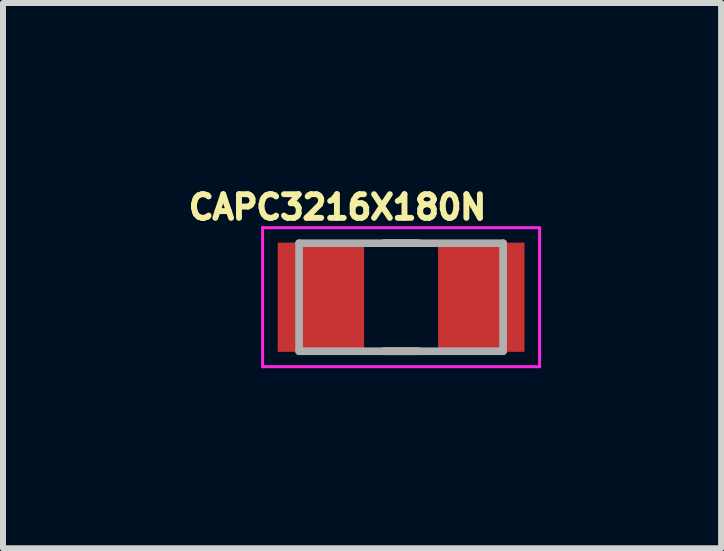
<source format=kicad_pcb>
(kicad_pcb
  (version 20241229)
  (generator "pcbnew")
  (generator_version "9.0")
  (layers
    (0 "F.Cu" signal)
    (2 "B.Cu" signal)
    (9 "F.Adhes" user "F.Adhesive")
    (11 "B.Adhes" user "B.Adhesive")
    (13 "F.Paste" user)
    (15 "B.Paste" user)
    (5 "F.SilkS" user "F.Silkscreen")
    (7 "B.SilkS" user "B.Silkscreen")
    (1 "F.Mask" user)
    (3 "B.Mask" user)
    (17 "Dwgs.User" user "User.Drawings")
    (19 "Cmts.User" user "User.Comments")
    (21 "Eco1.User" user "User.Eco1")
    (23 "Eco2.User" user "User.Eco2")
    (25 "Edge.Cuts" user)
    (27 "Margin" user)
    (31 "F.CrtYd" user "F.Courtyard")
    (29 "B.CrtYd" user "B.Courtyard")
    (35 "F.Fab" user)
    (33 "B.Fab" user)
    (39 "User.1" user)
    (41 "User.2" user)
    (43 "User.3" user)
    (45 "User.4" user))
  (footprint "CAPC3216X180N"
    (layer "F.Cu")
    (at 3.634 1.903)
    (property "Reference" "CAPC3216X180N" (at -1.06 -1.5 0) (layer "F.SilkS") (effects (font (size 0.394 0.394) (thickness 0.15))))
    (attr smd)
    (fp_line (start -0.29 -0.9) (end 0.29 -0.9) (stroke (width 0.127) (type solid)) (layer "F.SilkS"))
    (fp_line (start -0.29 0.9) (end 0.29 0.9) (stroke (width 0.127) (type solid)) (layer "F.SilkS"))
    (fp_line (start -2.308 -1.158) (end 2.308 -1.158) (stroke (width 0.05) (type solid)) (layer "F.CrtYd"))
    (fp_line (start -2.308 1.158) (end -2.308 -1.158) (stroke (width 0.05) (type solid)) (layer "F.CrtYd"))
    (fp_line (start -2.308 1.158) (end 2.308 1.158) (stroke (width 0.05) (type solid)) (layer "F.CrtYd"))
    (fp_line (start 2.308 1.158) (end 2.308 -1.158) (stroke (width 0.05) (type solid)) (layer "F.CrtYd"))
    (fp_line (start -1.7 0.9) (end -1.7 -0.9) (stroke (width 0.127) (type solid)) (layer "F.Fab"))
    (fp_line (start 1.7 -0.9) (end -1.7 -0.9) (stroke (width 0.127) (type solid)) (layer "F.Fab"))
    (fp_line (start 1.7 0.9) (end -1.7 0.9) (stroke (width 0.127) (type solid)) (layer "F.Fab"))
    (fp_line (start 1.7 0.9) (end 1.7 -0.9) (stroke (width 0.127) (type solid)) (layer "F.Fab"))
    (pad "1" smd rect (at -1.336 0) (size 1.44 1.82) (layers "F.Cu" "F.Mask" "F.Paste"))
    (pad "2" smd rect (at 1.336 0) (size 1.44 1.82) (layers "F.Cu" "F.Mask" "F.Paste")))
  (gr_rect
    (start -3 -3)
    (end 8.967 6.086)
    (stroke (width 0.1) (type default))
    (fill no)
    (layer "Edge.Cuts")))
</source>
